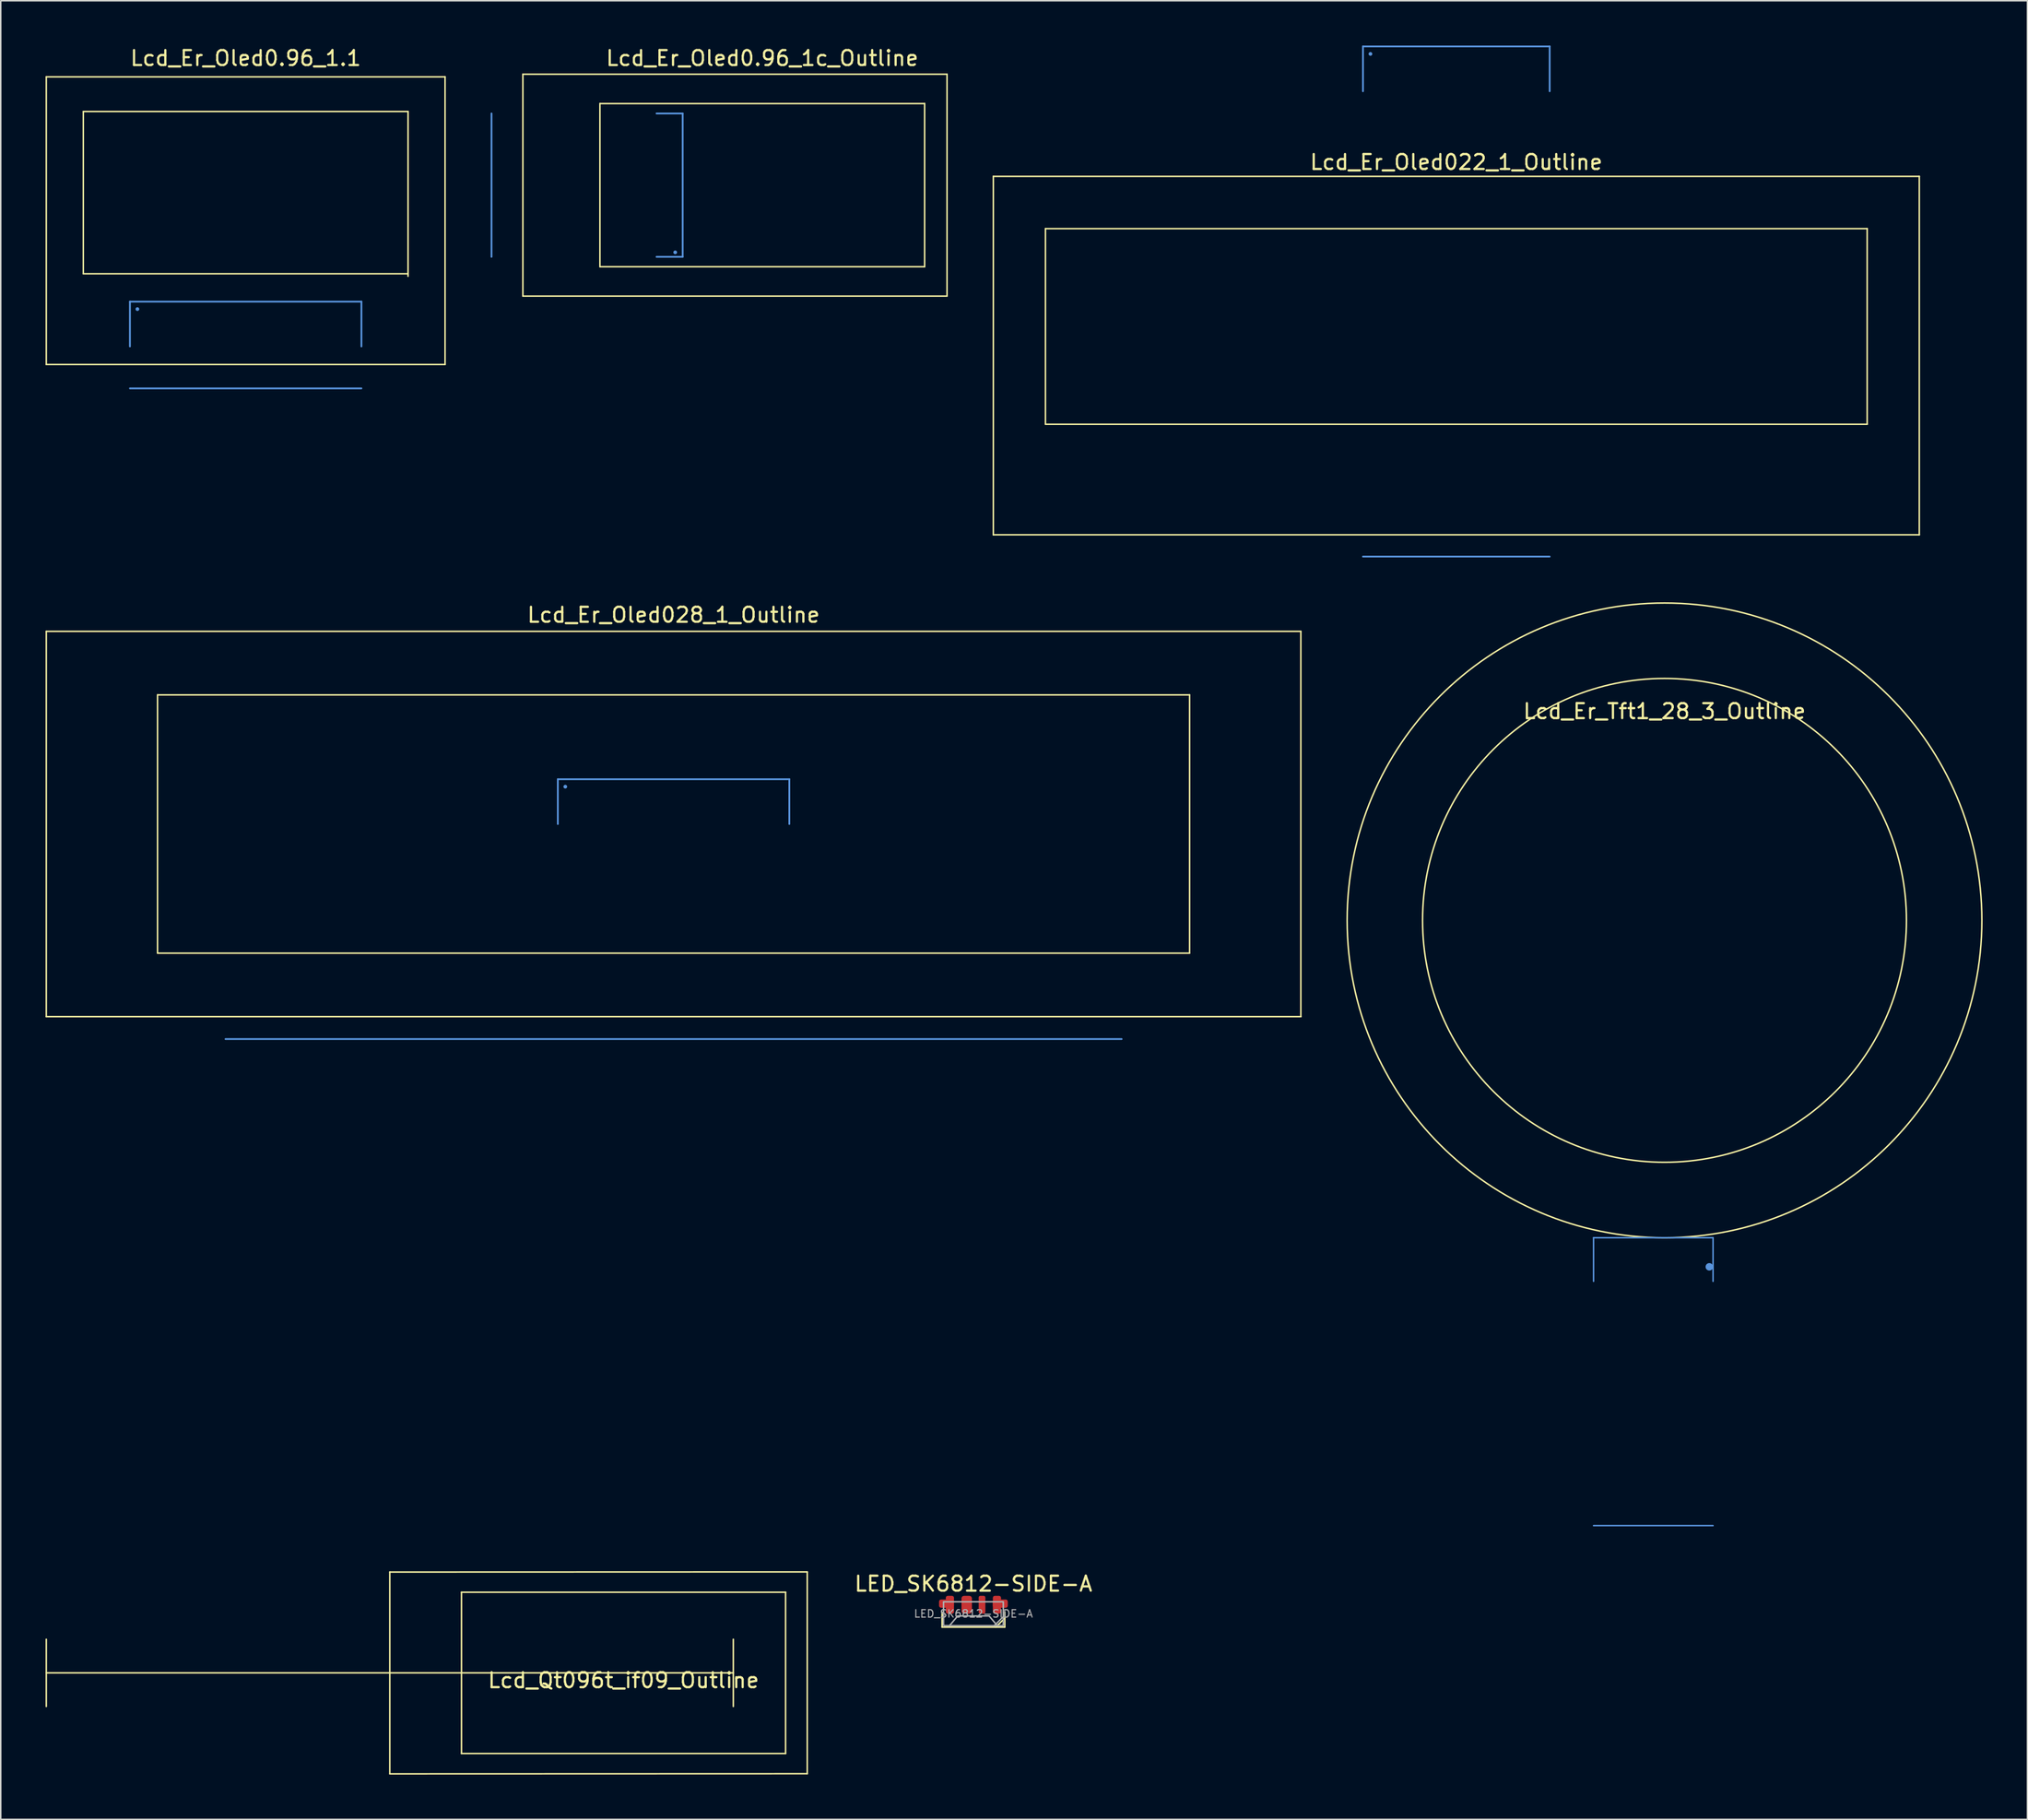
<source format=kicad_pcb>
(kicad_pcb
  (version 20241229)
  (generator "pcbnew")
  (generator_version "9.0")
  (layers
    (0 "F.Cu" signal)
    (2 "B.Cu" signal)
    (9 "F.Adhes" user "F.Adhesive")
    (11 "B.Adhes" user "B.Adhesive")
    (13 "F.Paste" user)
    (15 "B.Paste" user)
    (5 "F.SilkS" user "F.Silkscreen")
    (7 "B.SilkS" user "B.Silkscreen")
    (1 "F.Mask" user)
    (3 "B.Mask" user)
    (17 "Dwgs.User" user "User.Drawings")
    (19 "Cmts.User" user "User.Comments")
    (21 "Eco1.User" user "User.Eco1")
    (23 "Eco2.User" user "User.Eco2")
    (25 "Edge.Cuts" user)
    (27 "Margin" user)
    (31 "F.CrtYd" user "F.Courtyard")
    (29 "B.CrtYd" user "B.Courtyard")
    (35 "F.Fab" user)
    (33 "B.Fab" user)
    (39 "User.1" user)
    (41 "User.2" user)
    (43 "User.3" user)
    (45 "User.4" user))
  (footprint "Lcd_Er_Oled022_1_Outline"
    (layer "F.Cu")
    (at 94.46 18.81)
    (property "Reference" "Lcd_Er_Oled022_1_Outline" (at 0 -11 0) (layer "F.SilkS") (effects (font (size 1 1) (thickness 0.15))))
    (attr exclude_from_pos_files)
    (fp_line (start -31 -10.05) (end -31 13.95) (stroke (width 0.1) (type solid)) (layer "F.SilkS"))
    (fp_line (start -31 13.95) (end 31 13.95) (stroke (width 0.1) (type solid)) (layer "F.SilkS"))
    (fp_line (start -27.51 -6.55) (end 27.51 -6.55) (stroke (width 0.1) (type solid)) (layer "F.SilkS"))
    (fp_line (start -27.51 6.55) (end -27.51 -6.55) (stroke (width 0.1) (type solid)) (layer "F.SilkS"))
    (fp_line (start 27.51 -6.55) (end 27.51 6.55) (stroke (width 0.1) (type solid)) (layer "F.SilkS"))
    (fp_line (start 27.51 6.55) (end -27.51 6.55) (stroke (width 0.1) (type solid)) (layer "F.SilkS"))
    (fp_line (start 31 -10.05) (end -31 -10.05) (stroke (width 0.1) (type solid)) (layer "F.SilkS"))
    (fp_line (start 31 13.95) (end 31 -10.05) (stroke (width 0.1) (type solid)) (layer "F.SilkS"))
    (fp_line (start -6.25 -18.75) (end -6.25 -15.75) (stroke (width 0.12) (type solid)) (layer "Cmts.User"))
    (fp_line (start -6.25 -18.75) (end 6.25 -18.75) (stroke (width 0.12) (type solid)) (layer "Cmts.User"))
    (fp_line (start -5.75 -18.25) (end -5.75 -18.25) (stroke (width 0.25) (type solid)) (layer "Cmts.User"))
    (fp_line (start 6.25 -15.75) (end 6.25 -18.75) (stroke (width 0.12) (type solid)) (layer "Cmts.User"))
    (fp_line (start 6.25 15.41) (end -6.25 15.41) (stroke (width 0.12) (type solid)) (layer "Cmts.User")))
  (footprint "Lcd_Er_Oled0.96_1.1"
    (layer "F.Cu")
    (at 13.4 9.848)
    (property "Reference" "Lcd_Er_Oled0.96_1.1" (at 0 -9 0) (layer "F.SilkS") (effects (font (size 1 1) (thickness 0.15))))
    (attr exclude_from_pos_files)
    (fp_line (start -13.35 -7.75) (end -13.35 11.51) (stroke (width 0.1) (type solid)) (layer "F.SilkS"))
    (fp_line (start -13.35 11.51) (end 13.35 11.51) (stroke (width 0.1) (type solid)) (layer "F.SilkS"))
    (fp_line (start -10.872 -5.432) (end 10.872 -5.432) (stroke (width 0.1) (type solid)) (layer "F.SilkS"))
    (fp_line (start -10.872 5.432) (end -10.872 -5.432) (stroke (width 0.1) (type solid)) (layer "F.SilkS"))
    (fp_line (start 10.872 -5.432) (end 10.872 5.602) (stroke (width 0.1) (type solid)) (layer "F.SilkS"))
    (fp_line (start 10.872 5.432) (end -10.872 5.432) (stroke (width 0.1) (type solid)) (layer "F.SilkS"))
    (fp_line (start 13.35 -7.75) (end -13.35 -7.75) (stroke (width 0.1) (type solid)) (layer "F.SilkS"))
    (fp_line (start 13.35 11.51) (end 13.35 -7.75) (stroke (width 0.1) (type solid)) (layer "F.SilkS"))
    (fp_line (start -7.75 7.3) (end -7.75 10.3) (stroke (width 0.12) (type solid)) (layer "Cmts.User"))
    (fp_line (start -7.75 7.3) (end 7.75 7.3) (stroke (width 0.12) (type solid)) (layer "Cmts.User"))
    (fp_line (start -7.25 7.8) (end -7.25 7.8) (stroke (width 0.25) (type solid)) (layer "Cmts.User"))
    (fp_line (start 7.75 10.3) (end 7.75 7.3) (stroke (width 0.12) (type solid)) (layer "Cmts.User"))
    (fp_line (start 7.75 13.11) (end -7.75 13.11) (stroke (width 0.12) (type solid)) (layer "Cmts.User")))
  (footprint "Lcd_Er_Tft1_28_3_Outline"
    (layer "F.Cu")
    (at 108.4 58.58)
    (property "Reference" "Lcd_Er_Tft1_28_3_Outline" (at 0 -14 0) (layer "F.SilkS") (effects (font (size 1 1) (thickness 0.15))))
    (attr exclude_from_pos_files)
    (fp_circle (center 0 0) (end 16.2 0) (stroke (width 0.1) (type default)) (fill no) (layer "F.SilkS"))
    (fp_circle (center 0 0) (end 21.25 0) (stroke (width 0.1) (type default)) (fill no) (layer "F.SilkS"))
    (fp_line (start -4.75 24.17) (end -4.75 21.25) (stroke (width 0.1) (type solid)) (layer "Cmts.User"))
    (fp_line (start 3 23.2) (end 3 23.2) (stroke (width 0.5) (type solid)) (layer "Cmts.User"))
    (fp_line (start 3.25 21.25) (end -4.75 21.25) (stroke (width 0.1) (type solid)) (layer "Cmts.User"))
    (fp_line (start 3.25 21.25) (end 3.25 24.17) (stroke (width 0.1) (type solid)) (layer "Cmts.User"))
    (fp_line (start 3.25 40.53) (end -4.75 40.53) (stroke (width 0.1) (type solid)) (layer "Cmts.User")))
  (footprint "Lcd_Qt096t_if09_Outline"
    (layer "F.Cu")
    (at 38.7 108.97)
    (property "Reference" "Lcd_Qt096t_if09_Outline" (at 0 0.5 0) (layer "F.SilkS") (effects (font (size 1 1) (thickness 0.15))))
    (attr through_hole)
    (fp_line (start -38.65 -2.25) (end -38.65 2.25) (stroke (width 0.1) (type solid)) (layer "F.SilkS"))
    (fp_line (start -15.65 -6.75) (end -15.65 6.75) (stroke (width 0.1) (type solid)) (layer "F.SilkS"))
    (fp_line (start -15.65 0) (end -38.65 0) (stroke (width 0.1) (type solid)) (layer "F.SilkS"))
    (fp_line (start -15.65 0) (end 7.35 0) (stroke (width 0.1) (type solid)) (layer "F.SilkS"))
    (fp_line (start -15.65 6.76) (end 12.3 6.75) (stroke (width 0.1) (type solid)) (layer "F.SilkS"))
    (fp_line (start -10.85 -5.4) (end 10.85 -5.4) (stroke (width 0.1) (type solid)) (layer "F.SilkS"))
    (fp_line (start -10.85 5.4) (end -10.85 -5.4) (stroke (width 0.1) (type solid)) (layer "F.SilkS"))
    (fp_line (start 7.35 2.25) (end 7.35 -2.25) (stroke (width 0.1) (type solid)) (layer "F.SilkS"))
    (fp_line (start 10.85 -5.4) (end 10.85 5.4) (stroke (width 0.1) (type solid)) (layer "F.SilkS"))
    (fp_line (start 10.85 5.4) (end -10.85 5.4) (stroke (width 0.1) (type solid)) (layer "F.SilkS"))
    (fp_line (start 12.3 -6.76) (end -15.65 -6.75) (stroke (width 0.1) (type solid)) (layer "F.SilkS"))
    (fp_line (start 12.3 6.75) (end 12.3 -6.75) (stroke (width 0.1) (type solid)) (layer "F.SilkS")))
  (footprint "Lcd_Er_Oled028_1_Outline"
    (layer "F.Cu")
    (at 42.05 52.128)
    (property "Reference" "Lcd_Er_Oled028_1_Outline" (at 0 -14 0) (layer "F.SilkS") (effects (font (size 1 1) (thickness 0.15))))
    (attr exclude_from_pos_files)
    (fp_line (start -42 -12.9) (end -42 12.9) (stroke (width 0.1) (type solid)) (layer "F.SilkS"))
    (fp_line (start -42 12.9) (end 42 12.9) (stroke (width 0.1) (type solid)) (layer "F.SilkS"))
    (fp_line (start -34.552 -8.647) (end 34.552 -8.647) (stroke (width 0.1) (type solid)) (layer "F.SilkS"))
    (fp_line (start -34.552 8.647) (end -34.552 -8.647) (stroke (width 0.1) (type solid)) (layer "F.SilkS"))
    (fp_line (start 34.552 -8.647) (end 34.552 8.647) (stroke (width 0.1) (type solid)) (layer "F.SilkS"))
    (fp_line (start 34.552 8.647) (end -34.552 8.647) (stroke (width 0.1) (type solid)) (layer "F.SilkS"))
    (fp_line (start 42 -12.9) (end -42 -12.9) (stroke (width 0.1) (type solid)) (layer "F.SilkS"))
    (fp_line (start 42 12.9) (end 42 -12.9) (stroke (width 0.1) (type solid)) (layer "F.SilkS"))
    (fp_line (start -7.75 -3) (end -7.75 0) (stroke (width 0.12) (type solid)) (layer "Cmts.User"))
    (fp_line (start -7.75 -3) (end 7.75 -3) (stroke (width 0.12) (type solid)) (layer "Cmts.User"))
    (fp_line (start -7.25 -2.5) (end -7.25 -2.5) (stroke (width 0.25) (type solid)) (layer "Cmts.User"))
    (fp_line (start 7.75 0) (end 7.75 -3) (stroke (width 0.12) (type solid)) (layer "Cmts.User"))
    (fp_line (start 30 14.4) (end -30 14.4) (stroke (width 0.12) (type solid)) (layer "Cmts.User")))
  (footprint "LED_SK6812-SIDE-A"
    (layer "F.Cu")
    (at 62.127 105.008)
    (property "Reference" "LED_SK6812-SIDE-A" (at 0 -2 0) (layer "F.SilkS") (effects (font (size 1 1) (thickness 0.15))))
    (attr smd)
    (fp_line (start -2.1 0.9) (end -2.1 -0.1) (stroke (width 0.1) (type default)) (layer "F.SilkS"))
    (fp_line (start -2.1 0.9) (end 2.1 0.9) (stroke (width 0.1) (type default)) (layer "F.SilkS"))
    (fp_line (start 1.5 0.9) (end 2.1 0.3) (stroke (width 0.1) (type default)) (layer "F.SilkS"))
    (fp_line (start 2.1 0.9) (end 2.1 -0.1) (stroke (width 0.1) (type default)) (layer "F.SilkS"))
    (fp_line (start -1.6 0.8) (end -1.05 0.15) (stroke (width 0.1) (type default)) (layer "F.Fab"))
    (fp_line (start 1.05 0.15) (end -1.05 0.15) (stroke (width 0.1) (type default)) (layer "F.Fab"))
    (fp_line (start 1.6 0.8) (end 1.05 0.15) (stroke (width 0.1) (type default)) (layer "F.Fab"))
    (fp_line (start 2 0.2) (end 1.4 0.8) (stroke (width 0.1) (type default)) (layer "F.Fab"))
    (fp_rect (start -2 -0.8) (end 2 0.8) (stroke (width 0.1) (type default)) (fill no) (layer "F.Fab"))
    (fp_text user "${REFERENCE}" (at 0 0 0) (layer "F.Fab") (effects (font (size 0.5 0.5) (thickness 0.075))))
    (pad "1" smd roundrect (at -1.8 -0.675) (size 1 0.55) (layers "F.Cu" "F.Mask" "F.Paste") (roundrect_rratio 0.25))
    (pad "1" smd roundrect (at -1.575 -0.6) (size 0.55 1.2) (layers "F.Cu" "F.Mask" "F.Paste") (roundrect_rratio 0.25))
    (pad "2" smd roundrect (at -0.45 -0.6) (size 0.7 1.2) (layers "F.Cu" "F.Mask" "F.Paste") (roundrect_rratio 0.25))
    (pad "3" smd roundrect (at 0.575 -0.6) (size 0.45 1.2) (layers "F.Cu" "F.Mask" "F.Paste") (roundrect_rratio 0.25))
    (pad "4" smd roundrect (at 1.575 -0.6) (size 0.55 1.2) (layers "F.Cu" "F.Mask" "F.Paste") (roundrect_rratio 0.25))
    (pad "4" smd roundrect (at 1.8 -0.675) (size 1 0.55) (layers "F.Cu" "F.Mask" "F.Paste") (roundrect_rratio 0.25)))
  (footprint "Lcd_Er_Oled0.96_1c_Outline"
    (layer "F.Cu")
    (at 47.99 9.348)
    (property "Reference" "Lcd_Er_Oled0.96_1c_Outline" (at 0 -8.5 0) (layer "F.SilkS") (effects (font (size 1 1) (thickness 0.15))))
    (attr exclude_from_pos_files)
    (fp_line (start -16.03 -7.43) (end -16.03 7.43) (stroke (width 0.1) (type solid)) (layer "F.SilkS"))
    (fp_line (start -16.03 7.43) (end 12.37 7.43) (stroke (width 0.1) (type solid)) (layer "F.SilkS"))
    (fp_line (start -10.87 -5.462) (end 10.87 -5.462) (stroke (width 0.1) (type solid)) (layer "F.SilkS"))
    (fp_line (start -10.87 5.462) (end -10.87 -5.462) (stroke (width 0.1) (type solid)) (layer "F.SilkS"))
    (fp_line (start 10.87 -5.462) (end 10.87 5.462) (stroke (width 0.1) (type solid)) (layer "F.SilkS"))
    (fp_line (start 10.87 5.462) (end -10.87 5.462) (stroke (width 0.1) (type solid)) (layer "F.SilkS"))
    (fp_line (start 12.37 -7.43) (end -16.03 -7.43) (stroke (width 0.1) (type solid)) (layer "F.SilkS"))
    (fp_line (start 12.37 7.43) (end 12.37 -7.43) (stroke (width 0.1) (type solid)) (layer "F.SilkS"))
    (fp_line (start -18.13 4.8) (end -18.13 -4.8) (stroke (width 0.12) (type solid)) (layer "Cmts.User"))
    (fp_line (start -7.08 -4.8) (end -5.33 -4.8) (stroke (width 0.12) (type solid)) (layer "Cmts.User"))
    (fp_line (start -5.83 4.5) (end -5.83 4.5) (stroke (width 0.25) (type solid)) (layer "Cmts.User"))
    (fp_line (start -5.33 4.8) (end -7.08 4.8) (stroke (width 0.12) (type solid)) (layer "Cmts.User"))
    (fp_line (start -5.33 4.8) (end -5.33 -4.8) (stroke (width 0.12) (type solid)) (layer "Cmts.User")))
  (gr_rect
    (start -3 -3)
    (end 132.7 118.78)
    (stroke (width 0.1) (type default))
    (fill no)
    (layer "Edge.Cuts")))
</source>
